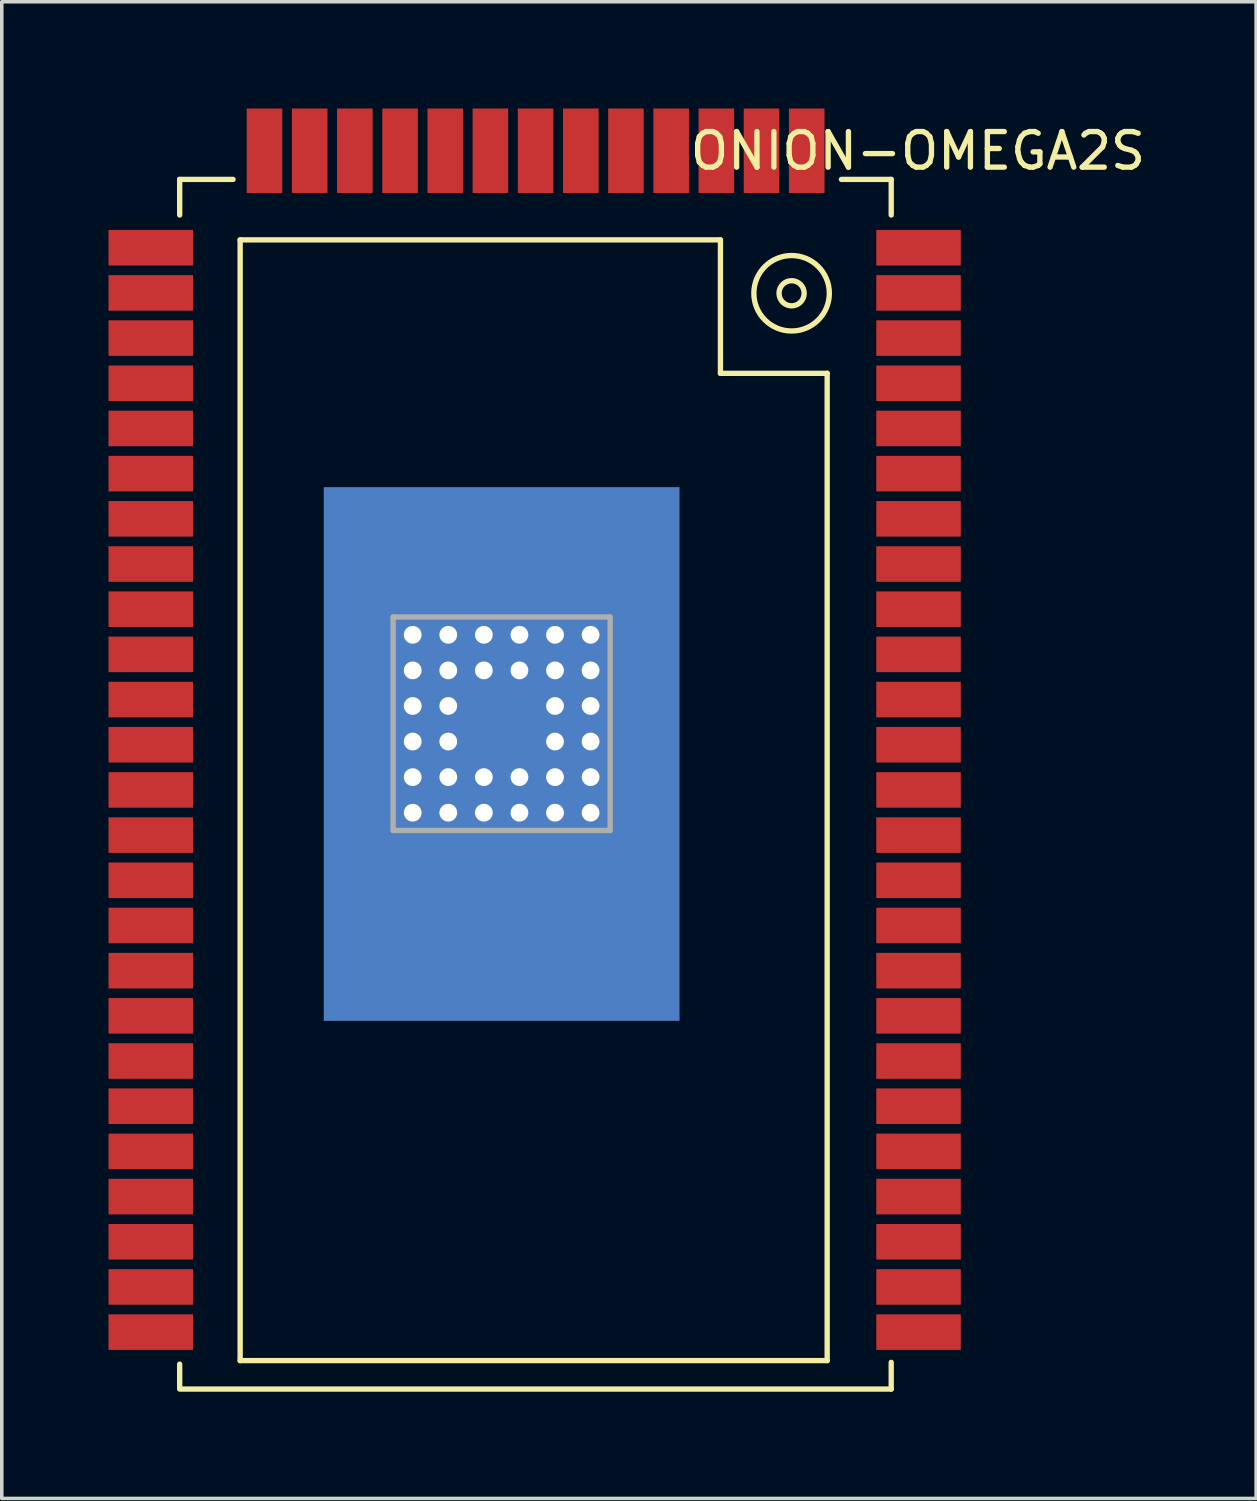
<source format=kicad_pcb>
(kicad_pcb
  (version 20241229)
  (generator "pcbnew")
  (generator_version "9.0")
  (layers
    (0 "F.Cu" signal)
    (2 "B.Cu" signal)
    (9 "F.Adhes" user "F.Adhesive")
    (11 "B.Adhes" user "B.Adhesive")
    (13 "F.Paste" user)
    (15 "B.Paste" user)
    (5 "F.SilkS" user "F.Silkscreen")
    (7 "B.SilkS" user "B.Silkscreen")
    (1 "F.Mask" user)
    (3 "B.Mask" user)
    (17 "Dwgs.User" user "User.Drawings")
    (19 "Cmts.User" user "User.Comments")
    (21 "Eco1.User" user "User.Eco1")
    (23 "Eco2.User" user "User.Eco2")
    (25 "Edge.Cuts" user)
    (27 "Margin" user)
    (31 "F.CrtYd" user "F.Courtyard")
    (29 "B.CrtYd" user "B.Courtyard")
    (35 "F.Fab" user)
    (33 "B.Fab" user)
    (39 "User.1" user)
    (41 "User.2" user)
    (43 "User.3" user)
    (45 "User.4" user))
  (footprint "ONION-OMEGA2S"
    (layer "F.Cu")
    (at 14.2 21.693)
    (property "Reference" "ONION-OMEGA2S" (at 8.55 -20.5 0) (layer "F.SilkS") (effects (font (size 1 1) (thickness 0.15))))
    (attr through_hole)
    (fp_line (start -12.2 -19.7) (end -12.2 -18.7) (stroke (width 0.15) (type solid)) (layer "F.SilkS"))
    (fp_line (start -12.2 -19.7) (end -10.7 -19.7) (stroke (width 0.15) (type solid)) (layer "F.SilkS"))
    (fp_line (start -12.2 14.25) (end -12.2 13.6) (stroke (width 0.15) (type solid)) (layer "F.SilkS"))
    (fp_line (start -12.2 14.3) (end 7.8 14.3) (stroke (width 0.15) (type solid)) (layer "F.SilkS"))
    (fp_line (start -10.5 -18) (end -10.5 13.5) (stroke (width 0.15) (type solid)) (layer "F.SilkS"))
    (fp_line (start -10.5 -18) (end 3 -18) (stroke (width 0.15) (type solid)) (layer "F.SilkS"))
    (fp_line (start -10.5 13.5) (end 6 13.5) (stroke (width 0.15) (type solid)) (layer "F.SilkS"))
    (fp_line (start 3 -18) (end 3 -14.25) (stroke (width 0.15) (type solid)) (layer "F.SilkS"))
    (fp_line (start 6 -14.25) (end 3 -14.25) (stroke (width 0.15) (type solid)) (layer "F.SilkS"))
    (fp_line (start 6 13.5) (end 6 -14.25) (stroke (width 0.15) (type solid)) (layer "F.SilkS"))
    (fp_line (start 7.8 -19.7) (end 6.4 -19.7) (stroke (width 0.15) (type solid)) (layer "F.SilkS"))
    (fp_line (start 7.8 -19.7) (end 7.8 -18.7) (stroke (width 0.15) (type solid)) (layer "F.SilkS"))
    (fp_line (start 7.8 14.3) (end 7.8 13.55) (stroke (width 0.15) (type solid)) (layer "F.SilkS"))
    (fp_circle (center 5 -16.5) (end 5.25 -16.75) (stroke (width 0.15) (type solid)) (fill no) (layer "F.SilkS"))
    (fp_circle (center 5 -16.5) (end 5.75 -17.25) (stroke (width 0.15) (type solid)) (fill no) (layer "F.SilkS"))
    (fp_line (start -6.2 -7.4) (end -6.2 -1.4) (stroke (width 0.15) (type solid)) (layer "F.Fab"))
    (fp_line (start -6.2 -7.4) (end -0.1 -7.4) (stroke (width 0.15) (type solid)) (layer "F.Fab"))
    (fp_line (start -6.2 -1.4) (end -0.1 -1.4) (stroke (width 0.15) (type solid)) (layer "F.Fab"))
    (fp_line (start -0.1 -7.4) (end -0.1 -1.4) (stroke (width 0.15) (type solid)) (layer "F.Fab"))
    (pad "" thru_hole rect (at -5.65 -6.9) (size 1.1 1.1) (drill 0.5) (layers "*.Cu" "*.Mask"))
    (pad "" thru_hole rect (at -5.65 -5.9) (size 1.1 1.1) (drill 0.5) (layers "*.Cu" "*.Mask"))
    (pad "" thru_hole rect (at -5.65 -4.9) (size 1.1 1.1) (drill 0.5) (layers "*.Cu" "*.Mask"))
    (pad "" thru_hole rect (at -5.65 -3.9) (size 1.1 1.1) (drill 0.5) (layers "*.Cu" "*.Mask"))
    (pad "" thru_hole rect (at -5.65 -2.9) (size 1.1 1.1) (drill 0.5) (layers "*.Cu" "*.Mask"))
    (pad "" thru_hole rect (at -5.65 -1.9) (size 1.1 1.1) (drill 0.5) (layers "*.Cu" "*.Mask"))
    (pad "" thru_hole rect (at -4.65 -6.9) (size 1.1 1.1) (drill 0.5) (layers "*.Cu" "*.Mask"))
    (pad "" thru_hole rect (at -4.65 -5.9) (size 1.1 1.1) (drill 0.5) (layers "*.Cu" "*.Mask"))
    (pad "" thru_hole rect (at -4.65 -4.9) (size 1.1 1.1) (drill 0.5) (layers "*.Cu" "*.Mask"))
    (pad "" thru_hole rect (at -4.65 -3.9) (size 1.1 1.1) (drill 0.5) (layers "*.Cu" "*.Mask"))
    (pad "" thru_hole rect (at -4.65 -2.9) (size 1.1 1.1) (drill 0.5) (layers "*.Cu" "*.Mask"))
    (pad "" thru_hole rect (at -4.65 -1.9) (size 1.1 1.1) (drill 0.5) (layers "*.Cu" "*.Mask"))
    (pad "" thru_hole rect (at -3.65 -6.9) (size 1.1 1.1) (drill 0.5) (layers "*.Cu" "*.Mask"))
    (pad "" thru_hole rect (at -3.65 -5.9) (size 1.1 1.1) (drill 0.5) (layers "*.Cu" "*.Mask"))
    (pad "" thru_hole rect (at -3.65 -2.9) (size 1.1 1.1) (drill 0.5) (layers "*.Cu" "*.Mask"))
    (pad "" thru_hole rect (at -3.65 -1.9) (size 1.1 1.1) (drill 0.5) (layers "*.Cu" "*.Mask"))
    (pad "" smd rect (at -3.15 -3.55) (size 10 15) (layers "F.Mask" "B.Cu" "F.Paste"))
    (pad "" thru_hole rect (at -2.65 -6.9) (size 1.1 1.1) (drill 0.5) (layers "*.Cu" "*.Mask"))
    (pad "" thru_hole rect (at -2.65 -5.9) (size 1.1 1.1) (drill 0.5) (layers "*.Cu" "*.Mask"))
    (pad "" thru_hole rect (at -2.65 -2.9) (size 1.1 1.1) (drill 0.5) (layers "*.Cu" "*.Mask"))
    (pad "" thru_hole rect (at -2.65 -1.9) (size 1.1 1.1) (drill 0.5) (layers "*.Cu" "*.Mask"))
    (pad "" thru_hole rect (at -1.65 -6.9) (size 1.1 1.1) (drill 0.5) (layers "*.Cu" "*.Mask"))
    (pad "" thru_hole rect (at -1.65 -5.9) (size 1.1 1.1) (drill 0.5) (layers "*.Cu" "*.Mask"))
    (pad "" thru_hole rect (at -1.65 -4.9) (size 1.1 1.1) (drill 0.5) (layers "*.Cu" "*.Mask"))
    (pad "" thru_hole rect (at -1.65 -3.9) (size 1.1 1.1) (drill 0.5) (layers "*.Cu" "*.Mask"))
    (pad "" thru_hole rect (at -1.65 -2.9) (size 1.1 1.1) (drill 0.5) (layers "*.Cu" "*.Mask"))
    (pad "" thru_hole rect (at -1.65 -1.9) (size 1.1 1.1) (drill 0.5) (layers "*.Cu" "*.Mask"))
    (pad "" thru_hole rect (at -0.65 -6.9) (size 1.1 1.1) (drill 0.5) (layers "*.Cu" "*.Mask"))
    (pad "" thru_hole rect (at -0.65 -5.9) (size 1.1 1.1) (drill 0.5) (layers "*.Cu" "*.Mask"))
    (pad "" thru_hole rect (at -0.65 -4.9) (size 1.1 1.1) (drill 0.5) (layers "*.Cu" "*.Mask"))
    (pad "" thru_hole rect (at -0.65 -3.9) (size 1.1 1.1) (drill 0.5) (layers "*.Cu" "*.Mask"))
    (pad "" thru_hole rect (at -0.65 -2.9) (size 1.1 1.1) (drill 0.5) (layers "*.Cu" "*.Mask"))
    (pad "" thru_hole rect (at -0.65 -1.9) (size 1.1 1.1) (drill 0.5) (layers "*.Cu" "*.Mask"))
    (pad "A1" smd rect (at 5.425 -20.506 90) (size 2.375 1) (layers "F.Cu" "F.Mask" "F.Paste"))
    (pad "A2" smd rect (at 4.154 -20.506 90) (size 2.375 1) (layers "F.Cu" "F.Mask" "F.Paste"))
    (pad "A3" smd rect (at 2.885 -20.506 90) (size 2.375 1) (layers "F.Cu" "F.Mask" "F.Paste"))
    (pad "A4" smd rect (at 1.615 -20.506 90) (size 2.375 1) (layers "F.Cu" "F.Mask" "F.Paste"))
    (pad "A5" smd rect (at 0.344 -20.506 90) (size 2.375 1) (layers "F.Cu" "F.Mask" "F.Paste"))
    (pad "A6" smd rect (at -0.925 -20.506 90) (size 2.375 1) (layers "F.Cu" "F.Mask" "F.Paste"))
    (pad "A7" smd rect (at -2.196 -20.506 90) (size 2.375 1) (layers "F.Cu" "F.Mask" "F.Paste"))
    (pad "A8" smd rect (at -3.466 -20.506 90) (size 2.375 1) (layers "F.Cu" "F.Mask" "F.Paste"))
    (pad "A9" smd rect (at -4.736 -20.506 90) (size 2.375 1) (layers "F.Cu" "F.Mask" "F.Paste"))
    (pad "A10" smd rect (at -6.005 -20.506 90) (size 2.375 1) (layers "F.Cu" "F.Mask" "F.Paste"))
    (pad "A11" smd rect (at -7.276 -20.506 90) (size 2.375 1) (layers "F.Cu" "F.Mask" "F.Paste"))
    (pad "A12" smd rect (at -8.546 -20.506 90) (size 2.375 1) (layers "F.Cu" "F.Mask" "F.Paste"))
    (pad "A13" smd rect (at -9.816 -20.506 90) (size 2.375 1) (layers "F.Cu" "F.Mask" "F.Paste"))
    (pad "B1" smd rect (at -13.012 -17.78) (size 2.375 1) (layers "F.Cu" "F.Mask" "F.Paste"))
    (pad "B2" smd rect (at -13.012 -16.51) (size 2.375 1) (layers "F.Cu" "F.Mask" "F.Paste"))
    (pad "B3" smd rect (at -13.012 -15.24) (size 2.375 1) (layers "F.Cu" "F.Mask" "F.Paste"))
    (pad "B4" smd rect (at -13.012 -13.97) (size 2.375 1) (layers "F.Cu" "F.Mask" "F.Paste"))
    (pad "B5" smd rect (at -13.012 -12.7) (size 2.375 1) (layers "F.Cu" "F.Mask" "F.Paste"))
    (pad "B6" smd rect (at -13.012 -11.43) (size 2.375 1) (layers "F.Cu" "F.Mask" "F.Paste"))
    (pad "B7" smd rect (at -13.012 -10.16) (size 2.375 1) (layers "F.Cu" "F.Mask" "F.Paste"))
    (pad "B8" smd rect (at -13.012 -8.89) (size 2.375 1) (layers "F.Cu" "F.Mask" "F.Paste"))
    (pad "B9" smd rect (at -13.012 -7.62) (size 2.375 1) (layers "F.Cu" "F.Mask" "F.Paste"))
    (pad "B10" smd rect (at -13.012 -6.35) (size 2.375 1) (layers "F.Cu" "F.Mask" "F.Paste"))
    (pad "B11" smd rect (at -13.012 -5.08) (size 2.375 1) (layers "F.Cu" "F.Mask" "F.Paste"))
    (pad "B12" smd rect (at -13.012 -3.81) (size 2.375 1) (layers "F.Cu" "F.Mask" "F.Paste"))
    (pad "B13" smd rect (at -13.012 -2.54) (size 2.375 1) (layers "F.Cu" "F.Mask" "F.Paste"))
    (pad "B14" smd rect (at -13.012 -1.27) (size 2.375 1) (layers "F.Cu" "F.Mask" "F.Paste"))
    (pad "B15" smd rect (at -13.012 0) (size 2.375 1) (layers "F.Cu" "F.Mask" "F.Paste"))
    (pad "B16" smd rect (at -13.012 1.27) (size 2.375 1) (layers "F.Cu" "F.Mask" "F.Paste"))
    (pad "B17" smd rect (at -13.012 2.54) (size 2.375 1) (layers "F.Cu" "F.Mask" "F.Paste"))
    (pad "B18" smd rect (at -13.012 3.81) (size 2.375 1) (layers "F.Cu" "F.Mask" "F.Paste"))
    (pad "B19" smd rect (at -13.012 5.08) (size 2.375 1) (layers "F.Cu" "F.Mask" "F.Paste"))
    (pad "B20" smd rect (at -13.012 6.35) (size 2.375 1) (layers "F.Cu" "F.Mask" "F.Paste"))
    (pad "B21" smd rect (at -13.012 7.62) (size 2.375 1) (layers "F.Cu" "F.Mask" "F.Paste"))
    (pad "B22" smd rect (at -13.012 8.89) (size 2.375 1) (layers "F.Cu" "F.Mask" "F.Paste"))
    (pad "B23" smd rect (at -13.012 10.16) (size 2.375 1) (layers "F.Cu" "F.Mask" "F.Paste"))
    (pad "B24" smd rect (at -13.012 11.43) (size 2.375 1) (layers "F.Cu" "F.Mask" "F.Paste"))
    (pad "B25" smd rect (at -13.012 12.7) (size 2.375 1) (layers "F.Cu" "F.Mask" "F.Paste"))
    (pad "C1" smd rect (at 8.568 -17.78) (size 2.375 1) (layers "F.Cu" "F.Mask" "F.Paste"))
    (pad "C2" smd rect (at 8.568 -16.51) (size 2.375 1) (layers "F.Cu" "F.Mask" "F.Paste"))
    (pad "C3" smd rect (at 8.568 -15.24) (size 2.375 1) (layers "F.Cu" "F.Mask" "F.Paste"))
    (pad "C4" smd rect (at 8.568 -13.97) (size 2.375 1) (layers "F.Cu" "F.Mask" "F.Paste"))
    (pad "C5" smd rect (at 8.568 -12.7) (size 2.375 1) (layers "F.Cu" "F.Mask" "F.Paste"))
    (pad "C6" smd rect (at 8.568 -11.43) (size 2.375 1) (layers "F.Cu" "F.Mask" "F.Paste"))
    (pad "C7" smd rect (at 8.568 -10.16) (size 2.375 1) (layers "F.Cu" "F.Mask" "F.Paste"))
    (pad "C8" smd rect (at 8.568 -8.89) (size 2.375 1) (layers "F.Cu" "F.Mask" "F.Paste"))
    (pad "C9" smd rect (at 8.568 -7.62) (size 2.375 1) (layers "F.Cu" "F.Mask" "F.Paste"))
    (pad "C10" smd rect (at 8.568 -6.35) (size 2.375 1) (layers "F.Cu" "F.Mask" "F.Paste"))
    (pad "C11" smd rect (at 8.568 -5.08) (size 2.375 1) (layers "F.Cu" "F.Mask" "F.Paste"))
    (pad "C12" smd rect (at 8.568 -3.81) (size 2.375 1) (layers "F.Cu" "F.Mask" "F.Paste"))
    (pad "C13" smd rect (at 8.568 -2.54) (size 2.375 1) (layers "F.Cu" "F.Mask" "F.Paste"))
    (pad "C14" smd rect (at 8.568 -1.27) (size 2.375 1) (layers "F.Cu" "F.Mask" "F.Paste"))
    (pad "C15" smd rect (at 8.568 0) (size 2.375 1) (layers "F.Cu" "F.Mask" "F.Paste"))
    (pad "C16" smd rect (at 8.568 1.27) (size 2.375 1) (layers "F.Cu" "F.Mask" "F.Paste"))
    (pad "C17" smd rect (at 8.568 2.54) (size 2.375 1) (layers "F.Cu" "F.Mask" "F.Paste"))
    (pad "C18" smd rect (at 8.568 3.81) (size 2.375 1) (layers "F.Cu" "F.Mask" "F.Paste"))
    (pad "C19" smd rect (at 8.568 5.08) (size 2.375 1) (layers "F.Cu" "F.Mask" "F.Paste"))
    (pad "C20" smd rect (at 8.568 6.35) (size 2.375 1) (layers "F.Cu" "F.Mask" "F.Paste"))
    (pad "C21" smd rect (at 8.568 7.62) (size 2.375 1) (layers "F.Cu" "F.Mask" "F.Paste"))
    (pad "C22" smd rect (at 8.568 8.89) (size 2.375 1) (layers "F.Cu" "F.Mask" "F.Paste"))
    (pad "C23" smd rect (at 8.568 10.16) (size 2.375 1) (layers "F.Cu" "F.Mask" "F.Paste"))
    (pad "C24" smd rect (at 8.568 11.43) (size 2.375 1) (layers "F.Cu" "F.Mask" "F.Paste"))
    (pad "C25" smd rect (at 8.568 12.7) (size 2.375 1) (layers "F.Cu" "F.Mask" "F.Paste")))
  (gr_rect
    (start -3 -3)
    (end 32.256 39.068)
    (stroke (width 0.1) (type default))
    (fill no)
    (layer "Edge.Cuts")))
</source>
